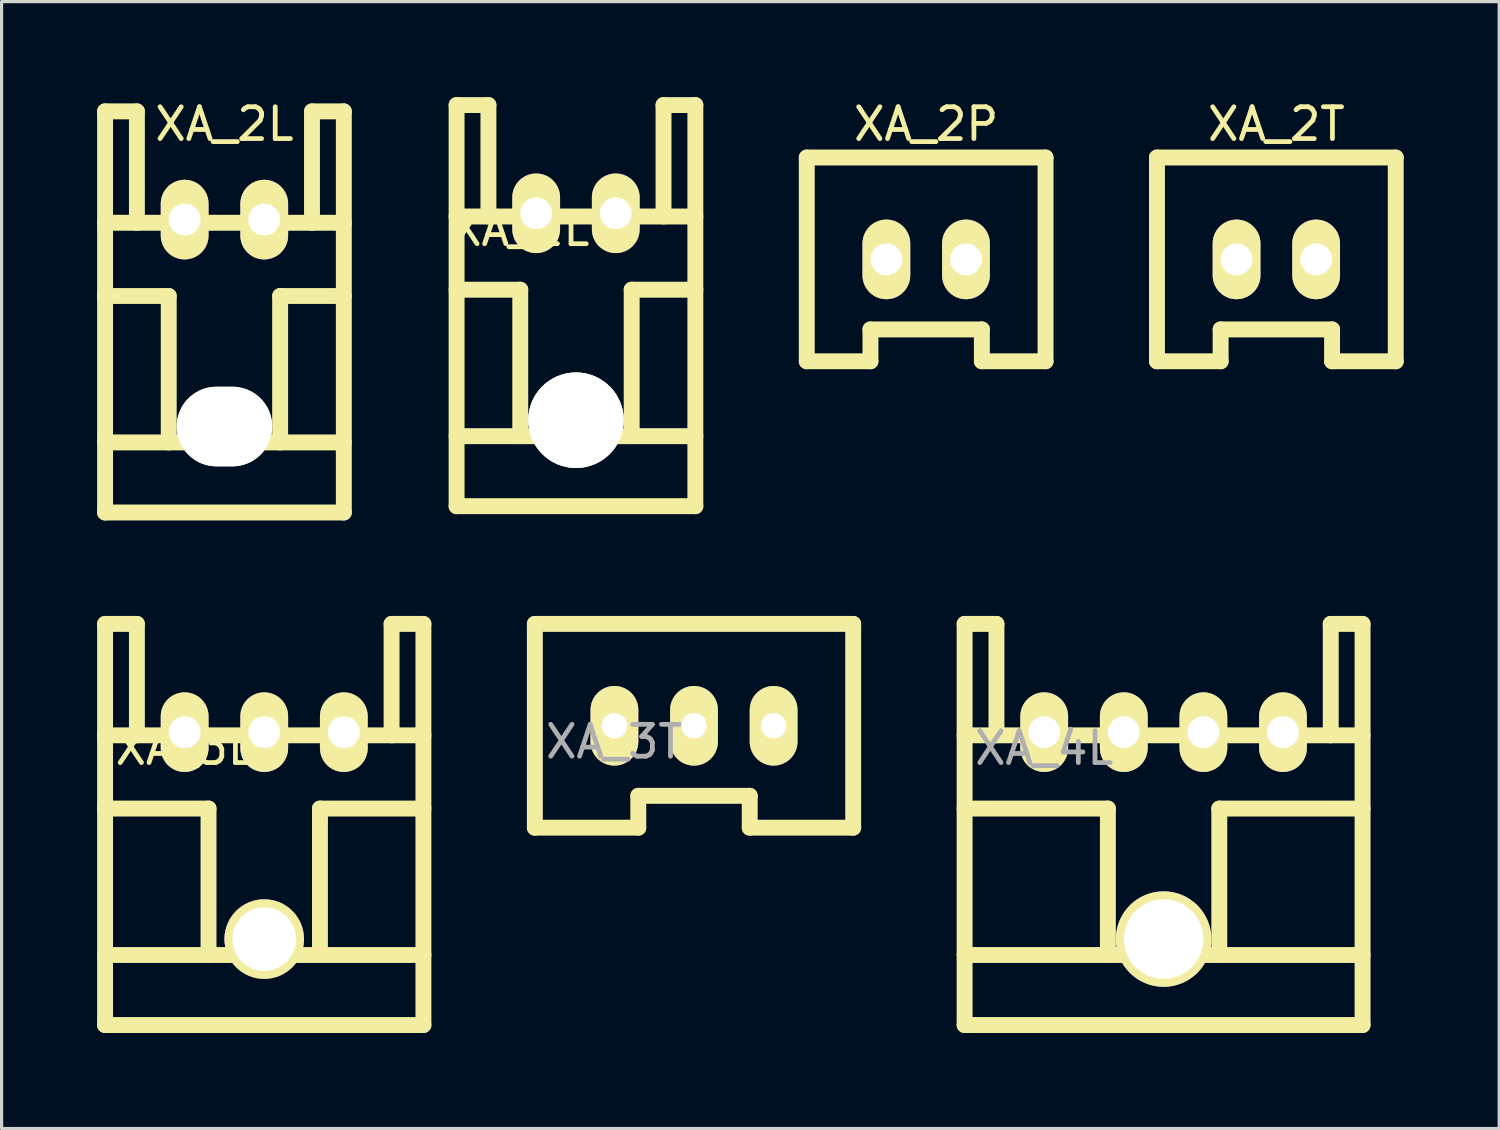
<source format=kicad_pcb>
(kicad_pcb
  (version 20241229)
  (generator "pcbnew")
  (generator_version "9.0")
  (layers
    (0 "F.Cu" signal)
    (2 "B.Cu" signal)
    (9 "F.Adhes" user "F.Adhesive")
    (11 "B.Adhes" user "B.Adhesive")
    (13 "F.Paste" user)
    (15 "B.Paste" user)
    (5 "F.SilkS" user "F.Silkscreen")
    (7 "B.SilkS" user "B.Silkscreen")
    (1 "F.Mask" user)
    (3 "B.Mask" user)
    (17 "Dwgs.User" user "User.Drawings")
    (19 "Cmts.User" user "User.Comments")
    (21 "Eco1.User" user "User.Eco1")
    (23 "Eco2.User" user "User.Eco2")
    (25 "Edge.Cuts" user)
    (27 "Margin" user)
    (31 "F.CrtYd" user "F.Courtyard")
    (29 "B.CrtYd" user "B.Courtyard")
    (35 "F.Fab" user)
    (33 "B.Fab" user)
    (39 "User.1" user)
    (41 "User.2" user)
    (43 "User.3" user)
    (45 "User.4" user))
  (footprint "XA_2P"
    (layer "F.Cu")
    (at 24.792 5.098)
    (property "Reference" "XA_2P" (at 1.25 -4.25 0) (layer "F.SilkS") (effects (font (size 1 1) (thickness 0.15))))
    (attr through_hole)
    (fp_line (start -2.5 -3.2) (end -2.5 3.2) (stroke (width 0.5) (type solid)) (layer "F.SilkS"))
    (fp_line (start -2.5 3.2) (end -0.5 3.2) (stroke (width 0.5) (type solid)) (layer "F.SilkS"))
    (fp_line (start -0.5 2.2) (end 3 2.2) (stroke (width 0.5) (type solid)) (layer "F.SilkS"))
    (fp_line (start -0.5 3.2) (end -0.5 2.2) (stroke (width 0.5) (type solid)) (layer "F.SilkS"))
    (fp_line (start 3 2.2) (end 3 3.2) (stroke (width 0.5) (type solid)) (layer "F.SilkS"))
    (fp_line (start 3 3.2) (end 5 3.2) (stroke (width 0.5) (type solid)) (layer "F.SilkS"))
    (fp_line (start 5 -3.2) (end -2.5 -3.2) (stroke (width 0.5) (type solid)) (layer "F.SilkS"))
    (fp_line (start 5 3.2) (end 5 -3.2) (stroke (width 0.5) (type solid)) (layer "F.SilkS"))
    (pad "1" thru_hole oval (at 2.5 0) (size 1.5 2.5) (drill 1) (layers "*.Cu" "*.Mask" "F.SilkS"))
    (pad "2" thru_hole oval (at 0 0) (size 1.5 2.5) (drill 1) (layers "*.Cu" "*.Mask" "F.SilkS")))
  (footprint "XA_3L"
    (layer "F.Cu")
    (at 2.75 19.948)
    (property "Reference" "XA_3L" (at 0 0.5 0) (layer "F.SilkS") (effects (font (size 1 1) (thickness 0.15))))
    (attr through_hole)
    (fp_line (start -2.5 -3.4) (end -2.5 9.2) (stroke (width 0.5) (type solid)) (layer "F.SilkS"))
    (fp_line (start -2.5 -3.4) (end -1.5 -3.4) (stroke (width 0.5) (type solid)) (layer "F.SilkS"))
    (fp_line (start -2.5 7) (end 7.5 7) (stroke (width 0.5) (type solid)) (layer "F.SilkS"))
    (fp_line (start -1.5 -3.4) (end -1.5 0.1) (stroke (width 0.5) (type solid)) (layer "F.SilkS"))
    (fp_line (start 0.75 2.4) (end -2.5 2.4) (stroke (width 0.5) (type solid)) (layer "F.SilkS"))
    (fp_line (start 0.75 2.4) (end 0.75 7) (stroke (width 0.5) (type solid)) (layer "F.SilkS"))
    (fp_line (start 4.25 2.4) (end 4.25 7) (stroke (width 0.5) (type solid)) (layer "F.SilkS"))
    (fp_line (start 4.25 2.4) (end 7.5 2.4) (stroke (width 0.5) (type solid)) (layer "F.SilkS"))
    (fp_line (start 6.5 -3.4) (end 6.5 0.1) (stroke (width 0.5) (type solid)) (layer "F.SilkS"))
    (fp_line (start 7.5 -3.4) (end 6.5 -3.4) (stroke (width 0.5) (type solid)) (layer "F.SilkS"))
    (fp_line (start 7.5 -3.4) (end 7.5 9.2) (stroke (width 0.5) (type solid)) (layer "F.SilkS"))
    (fp_line (start 7.5 0.1) (end -2.5 0.1) (stroke (width 0.5) (type solid)) (layer "F.SilkS"))
    (fp_line (start 7.5 9.2) (end -2.5 9.2) (stroke (width 0.5) (type solid)) (layer "F.SilkS"))
    (pad "" thru_hole circle (at 2.5 6.5) (size 2.5 2.5) (drill 2) (layers "*.Cu" "*.Mask" "F.SilkS"))
    (pad "1" thru_hole oval (at 0 0) (size 1.5 2.5) (drill 1) (layers "*.Cu" "*.Mask" "F.SilkS"))
    (pad "2" thru_hole oval (at 2.5 0) (size 1.5 2.5) (drill 1) (layers "*.Cu" "*.Mask" "F.SilkS"))
    (pad "3" thru_hole oval (at 5 0) (size 1.5 2.5) (drill 1) (layers "*.Cu" "*.Mask" "F.SilkS")))
  (footprint "XA_4L"
    (layer "F.Cu")
    (at 29.75 19.948)
    (property "Reference" "XA_4L" (at 0 0.5 0) (layer "F.Fab") (effects (font (size 1 1) (thickness 0.15))))
    (attr through_hole)
    (fp_line (start -2.5 -3.4) (end -2.5 9.2) (stroke (width 0.5) (type solid)) (layer "F.SilkS"))
    (fp_line (start -2.5 -3.4) (end -1.5 -3.4) (stroke (width 0.5) (type solid)) (layer "F.SilkS"))
    (fp_line (start -2.5 7) (end 10 7) (stroke (width 0.5) (type solid)) (layer "F.SilkS"))
    (fp_line (start -1.5 -3.4) (end -1.5 0.1) (stroke (width 0.5) (type solid)) (layer "F.SilkS"))
    (fp_line (start 2 2.4) (end -2.5 2.4) (stroke (width 0.5) (type solid)) (layer "F.SilkS"))
    (fp_line (start 2 2.4) (end 2 7) (stroke (width 0.5) (type solid)) (layer "F.SilkS"))
    (fp_line (start 5.5 2.4) (end 5.5 7) (stroke (width 0.5) (type solid)) (layer "F.SilkS"))
    (fp_line (start 5.5 2.4) (end 10 2.4) (stroke (width 0.5) (type solid)) (layer "F.SilkS"))
    (fp_line (start 9 -3.4) (end 9 0.1) (stroke (width 0.5) (type solid)) (layer "F.SilkS"))
    (fp_line (start 10 -3.4) (end 9 -3.4) (stroke (width 0.5) (type solid)) (layer "F.SilkS"))
    (fp_line (start 10 -3.4) (end 10 9.2) (stroke (width 0.5) (type solid)) (layer "F.SilkS"))
    (fp_line (start 10 0.1) (end -2.5 0.1) (stroke (width 0.5) (type solid)) (layer "F.SilkS"))
    (fp_line (start 10 9.2) (end -2.5 9.2) (stroke (width 0.5) (type solid)) (layer "F.SilkS"))
    (pad "" thru_hole circle (at 3.75 6.5) (size 3 3) (drill 2.5) (layers "*.Cu" "*.Mask" "F.SilkS"))
    (pad "1" thru_hole oval (at 0 0) (size 1.5 2.5) (drill 1) (layers "*.Cu" "*.Mask" "F.SilkS"))
    (pad "2" thru_hole oval (at 2.5 0) (size 1.5 2.5) (drill 1) (layers "*.Cu" "*.Mask" "F.SilkS"))
    (pad "3" thru_hole oval (at 5 0) (size 1.5 2.5) (drill 1) (layers "*.Cu" "*.Mask" "F.SilkS"))
    (pad "4" thru_hole oval (at 7.5 0) (size 1.5 2.5) (drill 1) (layers "*.Cu" "*.Mask" "F.SilkS")))
  (footprint "XA_3T"
    (layer "F.Cu")
    (at 16.25 19.748)
    (property "Reference" "XA_3T" (at 0 0.5 0) (layer "F.Fab") (effects (font (size 1 1) (thickness 0.15))))
    (attr through_hole)
    (fp_line (start -2.5 -3.2) (end -2.5 3.2) (stroke (width 0.5) (type solid)) (layer "F.SilkS"))
    (fp_line (start -2.5 -3.2) (end 7.5 -3.2) (stroke (width 0.5) (type solid)) (layer "F.SilkS"))
    (fp_line (start -2.5 3.2) (end 0.75 3.2) (stroke (width 0.5) (type solid)) (layer "F.SilkS"))
    (fp_line (start 0.75 2.2) (end 4.25 2.2) (stroke (width 0.5) (type solid)) (layer "F.SilkS"))
    (fp_line (start 0.75 3.2) (end 0.75 2.2) (stroke (width 0.5) (type solid)) (layer "F.SilkS"))
    (fp_line (start 4.25 2.2) (end 4.25 3.2) (stroke (width 0.5) (type solid)) (layer "F.SilkS"))
    (fp_line (start 4.25 3.2) (end 7.5 3.2) (stroke (width 0.5) (type solid)) (layer "F.SilkS"))
    (fp_line (start 7.5 -3.2) (end 7.5 3.2) (stroke (width 0.5) (type solid)) (layer "F.SilkS"))
    (pad "1" thru_hole oval (at 5 0) (size 1.5 2.5) (drill 0.8) (layers "*.Cu" "*.Mask" "F.SilkS"))
    (pad "2" thru_hole oval (at 2.5 0) (size 1.5 2.5) (drill 0.8) (layers "*.Cu" "*.Mask" "F.SilkS"))
    (pad "3" thru_hole oval (at 0 0) (size 1.5 2.5) (drill 0.8) (layers "*.Cu" "*.Mask" "F.SilkS")))
  (footprint "XA_2L"
    (layer "F.Cu")
    (at 2.75 3.848)
    (property "Reference" "XA_2L" (at 1.25 -3 0) (layer "F.SilkS") (effects (font (size 1 1) (thickness 0.15))))
    (attr through_hole)
    (fp_line (start -2.5 -3.4) (end -2.5 9.2) (stroke (width 0.5) (type solid)) (layer "F.SilkS"))
    (fp_line (start -2.5 0.1) (end 5 0.1) (stroke (width 0.5) (type solid)) (layer "F.SilkS"))
    (fp_line (start -2.5 7) (end 5 7) (stroke (width 0.5) (type solid)) (layer "F.SilkS"))
    (fp_line (start -2.5 9.2) (end 5 9.2) (stroke (width 0.5) (type solid)) (layer "F.SilkS"))
    (fp_line (start -1.5 -3.4) (end -2.5 -3.4) (stroke (width 0.5) (type solid)) (layer "F.SilkS"))
    (fp_line (start -1.5 -3.4) (end -1.5 0.1) (stroke (width 0.5) (type solid)) (layer "F.SilkS"))
    (fp_line (start -0.5 2.4) (end -2.5 2.4) (stroke (width 0.5) (type solid)) (layer "F.SilkS"))
    (fp_line (start -0.5 2.4) (end -0.5 7) (stroke (width 0.5) (type solid)) (layer "F.SilkS"))
    (fp_line (start 3 2.4) (end 3 7) (stroke (width 0.5) (type solid)) (layer "F.SilkS"))
    (fp_line (start 3 2.4) (end 5 2.4) (stroke (width 0.5) (type solid)) (layer "F.SilkS"))
    (fp_line (start 4 -3.4) (end 4 0.1) (stroke (width 0.5) (type solid)) (layer "F.SilkS"))
    (fp_line (start 5 -3.4) (end 4 -3.4) (stroke (width 0.5) (type solid)) (layer "F.SilkS"))
    (fp_line (start 5 -3.4) (end 5 9.2) (stroke (width 0.5) (type solid)) (layer "F.SilkS"))
    (pad "" np_thru_hole oval (at 1.25 6.5) (size 3 2.5) (drill oval 3 2.5) (layers "*.Cu" "*.Mask" "F.SilkS"))
    (pad "1" thru_hole oval (at 0 0) (size 1.5 2.5) (drill 1) (layers "*.Cu" "*.Mask" "F.SilkS"))
    (pad "2" thru_hole oval (at 2.5 0) (size 1.5 2.5) (drill 1) (layers "*.Cu" "*.Mask" "F.SilkS")))
  (footprint "XA_2T"
    (layer "F.Cu")
    (at 35.792 5.098)
    (property "Reference" "XA_2T" (at 1.25 -4.25 0) (layer "F.SilkS") (effects (font (size 1 1) (thickness 0.15))))
    (attr through_hole)
    (fp_line (start -2.5 -3.2) (end -2.5 3.2) (stroke (width 0.5) (type solid)) (layer "F.SilkS"))
    (fp_line (start -2.5 3.2) (end -0.5 3.2) (stroke (width 0.5) (type solid)) (layer "F.SilkS"))
    (fp_line (start -0.5 2.2) (end 3 2.2) (stroke (width 0.5) (type solid)) (layer "F.SilkS"))
    (fp_line (start -0.5 3.2) (end -0.5 2.2) (stroke (width 0.5) (type solid)) (layer "F.SilkS"))
    (fp_line (start 3 2.2) (end 3 3.2) (stroke (width 0.5) (type solid)) (layer "F.SilkS"))
    (fp_line (start 3 3.2) (end 5 3.2) (stroke (width 0.5) (type solid)) (layer "F.SilkS"))
    (fp_line (start 5 -3.2) (end -2.5 -3.2) (stroke (width 0.5) (type solid)) (layer "F.SilkS"))
    (fp_line (start 5 3.2) (end 5 -3.2) (stroke (width 0.5) (type solid)) (layer "F.SilkS"))
    (pad "1" thru_hole oval (at 2.5 0) (size 1.5 2.5) (drill 1) (layers "*.Cu" "*.Mask" "F.SilkS"))
    (pad "2" thru_hole oval (at 0 0) (size 1.5 2.5) (drill 1) (layers "*.Cu" "*.Mask" "F.SilkS")))
  (footprint "XA_2LC"
    (layer "F.Cu")
    (at 13.792 3.65)
    (property "Reference" "XA_2LC" (at 0 0.5 0) (layer "F.SilkS") (effects (font (size 1 1) (thickness 0.15))))
    (attr through_hole)
    (fp_line (start -2.5 -3.4) (end -2.5 9.2) (stroke (width 0.5) (type solid)) (layer "F.SilkS"))
    (fp_line (start -2.5 0.1) (end 5 0.1) (stroke (width 0.5) (type solid)) (layer "F.SilkS"))
    (fp_line (start -2.5 7) (end 5 7) (stroke (width 0.5) (type solid)) (layer "F.SilkS"))
    (fp_line (start -2.5 9.2) (end 5 9.2) (stroke (width 0.5) (type solid)) (layer "F.SilkS"))
    (fp_line (start -1.5 -3.4) (end -2.5 -3.4) (stroke (width 0.5) (type solid)) (layer "F.SilkS"))
    (fp_line (start -1.5 -3.4) (end -1.5 0.1) (stroke (width 0.5) (type solid)) (layer "F.SilkS"))
    (fp_line (start -0.5 2.4) (end -2.5 2.4) (stroke (width 0.5) (type solid)) (layer "F.SilkS"))
    (fp_line (start -0.5 2.4) (end -0.5 7) (stroke (width 0.5) (type solid)) (layer "F.SilkS"))
    (fp_line (start 3 2.4) (end 3 7) (stroke (width 0.5) (type solid)) (layer "F.SilkS"))
    (fp_line (start 3 2.4) (end 5 2.4) (stroke (width 0.5) (type solid)) (layer "F.SilkS"))
    (fp_line (start 4 -3.4) (end 4 0.1) (stroke (width 0.5) (type solid)) (layer "F.SilkS"))
    (fp_line (start 5 -3.4) (end 4 -3.4) (stroke (width 0.5) (type solid)) (layer "F.SilkS"))
    (fp_line (start 5 -3.4) (end 5 9.2) (stroke (width 0.5) (type solid)) (layer "F.SilkS"))
    (pad "" thru_hole circle (at 1.25 6.5) (size 3 3) (drill 3) (layers "*.Cu" "*.Mask" "F.SilkS"))
    (pad "1" thru_hole oval (at 0 0) (size 1.5 2.5) (drill 1) (layers "*.Cu" "*.Mask" "F.SilkS"))
    (pad "2" thru_hole oval (at 2.5 0) (size 1.5 2.5) (drill 1) (layers "*.Cu" "*.Mask" "F.SilkS")))
  (gr_rect
    (start -3 -3)
    (end 44.042 32.398)
    (stroke (width 0.1) (type default))
    (fill no)
    (layer "Edge.Cuts")))
</source>
